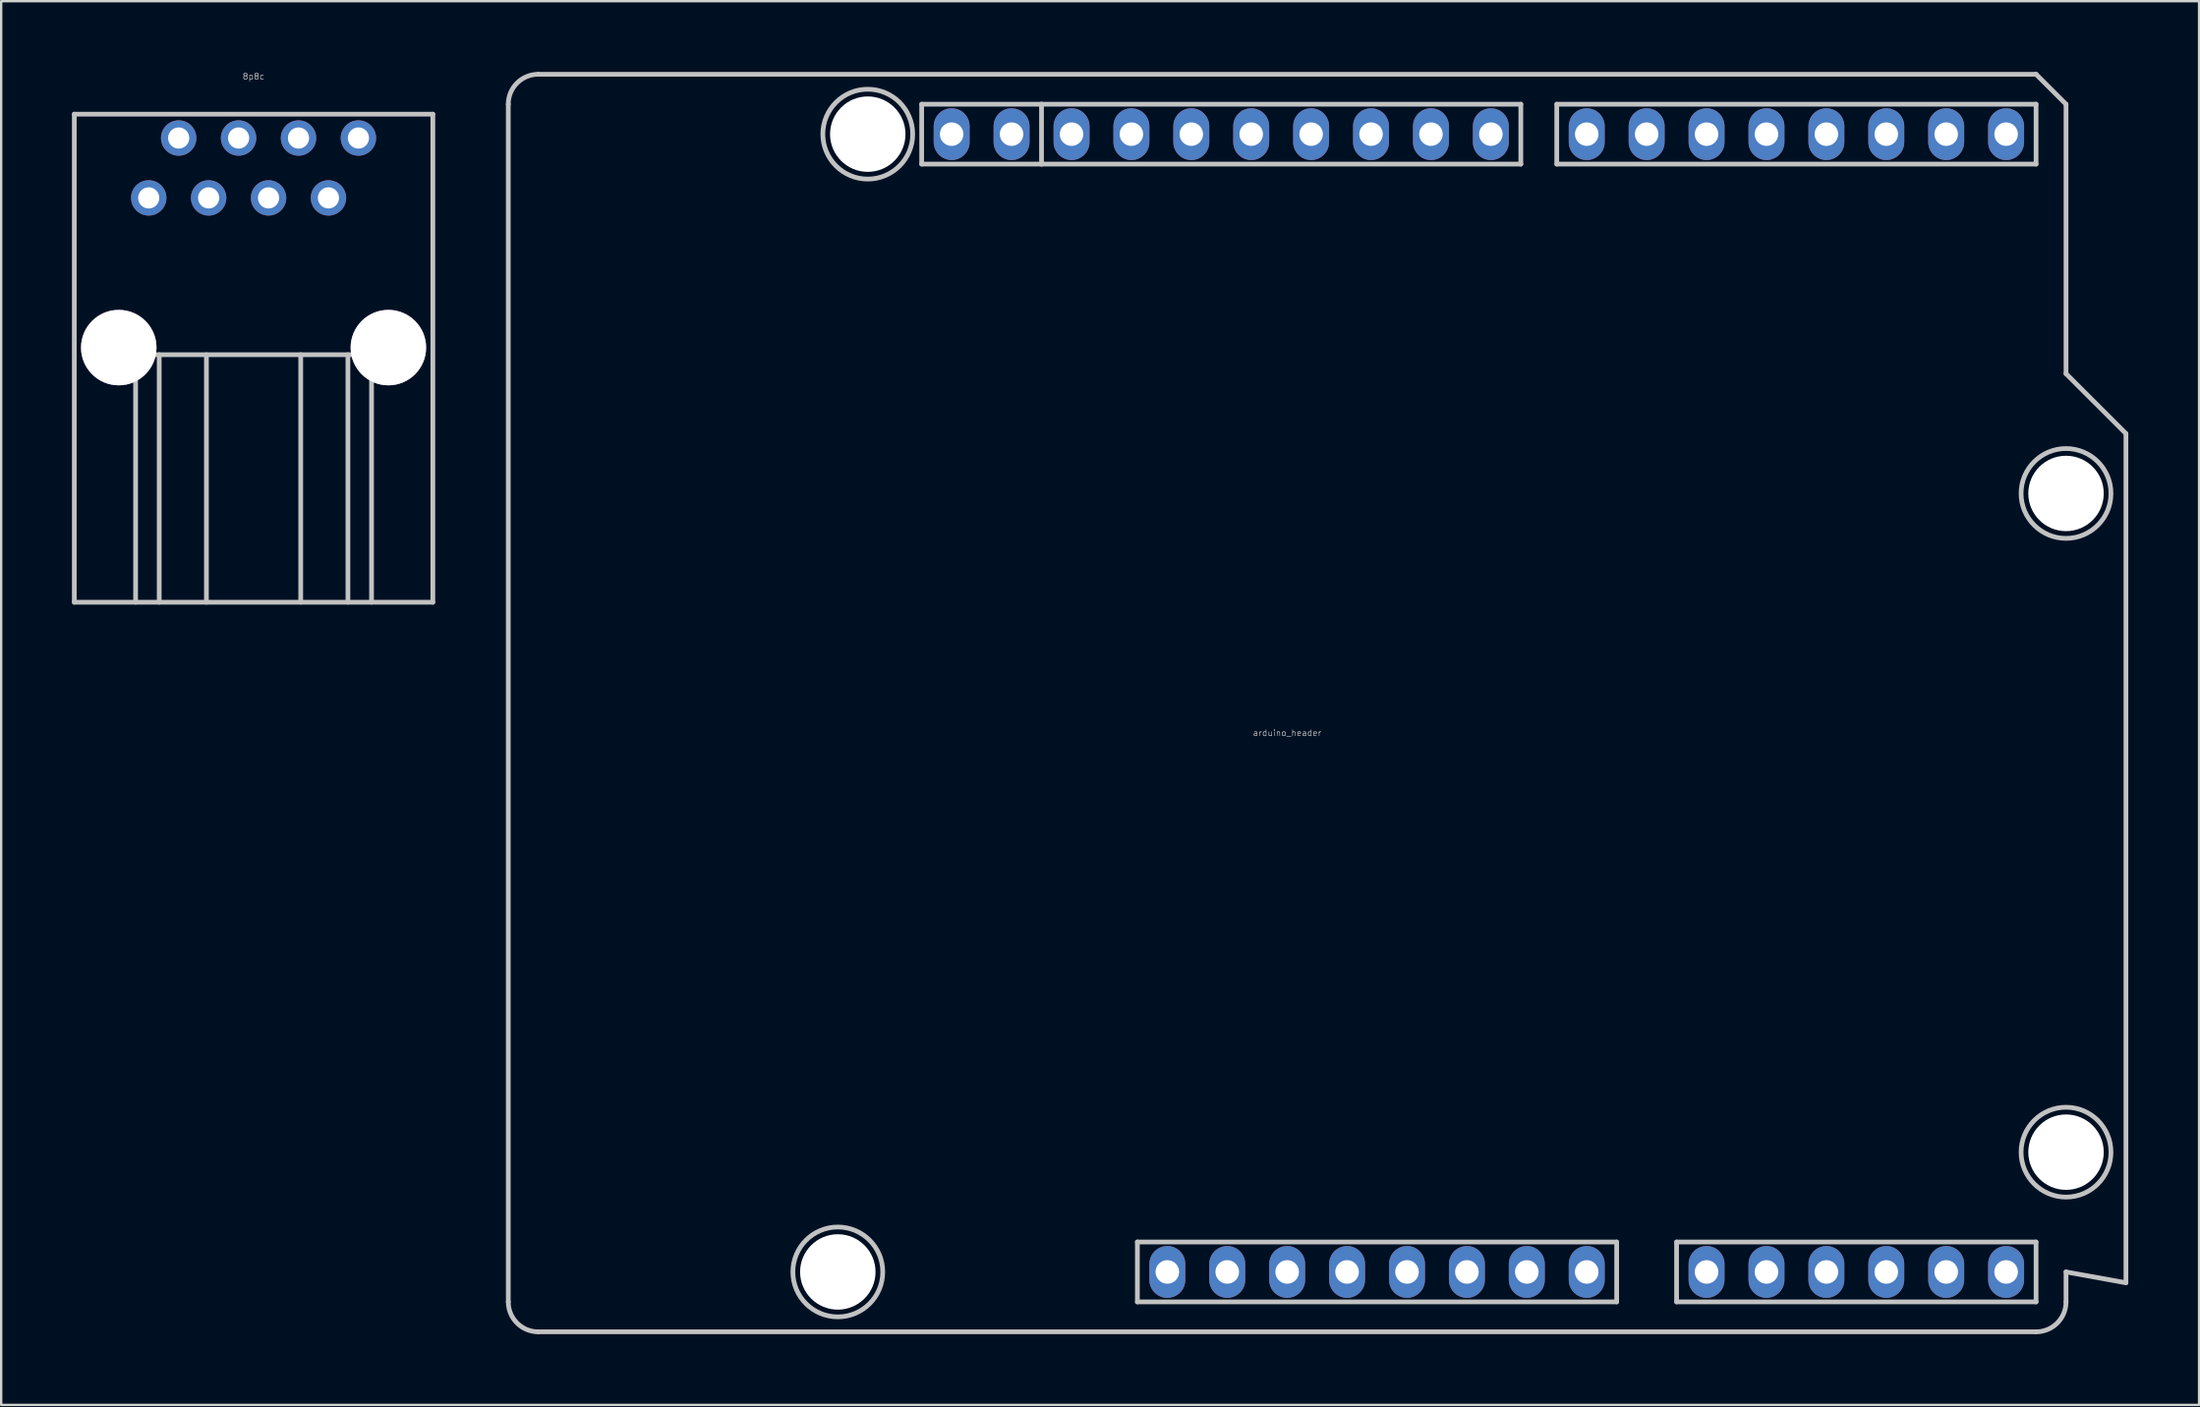
<source format=kicad_pcb>
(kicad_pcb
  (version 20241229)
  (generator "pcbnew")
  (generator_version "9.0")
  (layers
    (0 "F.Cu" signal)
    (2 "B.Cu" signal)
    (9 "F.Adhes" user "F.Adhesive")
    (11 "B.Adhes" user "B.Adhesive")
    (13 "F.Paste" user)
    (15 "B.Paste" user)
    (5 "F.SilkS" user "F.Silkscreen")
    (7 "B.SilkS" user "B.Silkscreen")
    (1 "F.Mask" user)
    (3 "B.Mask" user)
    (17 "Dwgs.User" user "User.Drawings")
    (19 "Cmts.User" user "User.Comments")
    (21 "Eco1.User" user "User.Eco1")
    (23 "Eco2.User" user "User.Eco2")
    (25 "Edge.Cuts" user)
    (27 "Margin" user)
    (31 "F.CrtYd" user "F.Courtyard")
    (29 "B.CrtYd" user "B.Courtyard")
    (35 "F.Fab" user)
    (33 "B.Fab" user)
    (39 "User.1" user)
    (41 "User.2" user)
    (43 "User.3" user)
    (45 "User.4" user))
  (footprint "8p8c"
    (layer "F.Cu")
    (at 7.7 11.694)
    (property "Reference" "8p8c" (at 0 -11.501 0) (layer "Dwgs.User") (effects (font (size 0.254 0.254) (thickness 0.025))))
    (attr through_hole)
    (fp_line (start -7.6 -9.901) (end 7.6 -9.901) (stroke (width 0.2) (type solid)) (layer "Dwgs.User"))
    (fp_line (start -7.6 10.8) (end -7.6 -9.901) (stroke (width 0.2) (type solid)) (layer "Dwgs.User"))
    (fp_line (start -7.6 10.8) (end 7.6 10.8) (stroke (width 0.2) (type solid)) (layer "Dwgs.User"))
    (fp_line (start -5.001 0.3) (end -5.001 10.8) (stroke (width 0.2) (type solid)) (layer "Dwgs.User"))
    (fp_line (start -5.001 0.3) (end 5.001 0.3) (stroke (width 0.2) (type solid)) (layer "Dwgs.User"))
    (fp_line (start -4 10.8) (end -4 0.3) (stroke (width 0.2) (type solid)) (layer "Dwgs.User"))
    (fp_line (start -1.999 10.8) (end -1.999 0.3) (stroke (width 0.2) (type solid)) (layer "Dwgs.User"))
    (fp_line (start 1.999 10.8) (end 1.999 0.3) (stroke (width 0.2) (type solid)) (layer "Dwgs.User"))
    (fp_line (start 4 0.3) (end 4 10.8) (stroke (width 0.2) (type solid)) (layer "Dwgs.User"))
    (fp_line (start 5.001 0.3) (end 5.001 10.8) (stroke (width 0.2) (type solid)) (layer "Dwgs.User"))
    (fp_line (start 7.6 -9.901) (end 7.6 10.8) (stroke (width 0.2) (type solid)) (layer "Dwgs.User"))
    (pad "" thru_hole circle (at -5.715 0) (size 3.2 3.2) (drill 3.2) (layers "*.Cu" "*.Mask"))
    (pad "" thru_hole circle (at 5.715 0) (size 3.2 3.2) (drill 3.2) (layers "*.Cu" "*.Mask"))
    (pad "1" thru_hole circle (at 4.445 -8.89) (size 1.501 1.501) (drill 0.899) (layers "*.Cu" "*.Mask"))
    (pad "2" thru_hole circle (at 3.175 -6.35) (size 1.501 1.501) (drill 0.899) (layers "*.Cu" "*.Mask"))
    (pad "3" thru_hole circle (at 1.905 -8.89) (size 1.501 1.501) (drill 0.899) (layers "*.Cu" "*.Mask"))
    (pad "4" thru_hole circle (at 0.635 -6.35) (size 1.501 1.501) (drill 0.899) (layers "*.Cu" "*.Mask"))
    (pad "5" thru_hole circle (at -0.635 -8.89) (size 1.501 1.501) (drill 0.899) (layers "*.Cu" "*.Mask"))
    (pad "6" thru_hole circle (at -1.905 -6.35) (size 1.501 1.501) (drill 0.899) (layers "*.Cu" "*.Mask"))
    (pad "7" thru_hole circle (at -3.175 -8.89) (size 1.501 1.501) (drill 0.899) (layers "*.Cu" "*.Mask"))
    (pad "8" thru_hole circle (at -4.445 -6.35) (size 1.501 1.501) (drill 0.899) (layers "*.Cu" "*.Mask")))
  (footprint "arduino_header"
    (layer "F.Cu")
    (at 51.519 26.77)
    (property "Reference" "arduino_header" (at 0 1.27 0) (layer "Dwgs.User") (effects (font (size 0.254 0.254) (thickness 0.025))))
    (attr through_hole)
    (fp_line (start -33.02 25.4) (end -33.02 -25.4) (stroke (width 0.2) (type solid)) (layer "Dwgs.User"))
    (fp_line (start -31.75 26.67) (end 31.75 26.67) (stroke (width 0.2) (type solid)) (layer "Dwgs.User"))
    (fp_line (start -15.494 -25.4) (end -15.494 -22.86) (stroke (width 0.2) (type solid)) (layer "Dwgs.User"))
    (fp_line (start -15.494 -22.86) (end -10.414 -22.86) (stroke (width 0.2) (type solid)) (layer "Dwgs.User"))
    (fp_line (start -10.414 -25.4) (end -15.494 -25.4) (stroke (width 0.2) (type solid)) (layer "Dwgs.User"))
    (fp_line (start -10.414 -22.86) (end -10.414 -25.4) (stroke (width 0.2) (type solid)) (layer "Dwgs.User"))
    (fp_line (start -6.35 25.4) (end -6.35 22.86) (stroke (width 0.2) (type solid)) (layer "Dwgs.User"))
    (fp_line (start -6.35 25.4) (end 13.97 25.4) (stroke (width 0.2) (type solid)) (layer "Dwgs.User"))
    (fp_line (start 9.906 -25.4) (end -10.414 -25.4) (stroke (width 0.2) (type solid)) (layer "Dwgs.User"))
    (fp_line (start 9.906 -22.86) (end -10.414 -22.86) (stroke (width 0.2) (type solid)) (layer "Dwgs.User"))
    (fp_line (start 9.906 -22.86) (end 9.906 -25.4) (stroke (width 0.2) (type solid)) (layer "Dwgs.User"))
    (fp_line (start 11.43 -25.4) (end 31.75 -25.4) (stroke (width 0.2) (type solid)) (layer "Dwgs.User"))
    (fp_line (start 11.43 -22.86) (end 11.43 -25.4) (stroke (width 0.2) (type solid)) (layer "Dwgs.User"))
    (fp_line (start 13.97 22.86) (end -6.35 22.86) (stroke (width 0.2) (type solid)) (layer "Dwgs.User"))
    (fp_line (start 13.97 22.86) (end 13.97 25.4) (stroke (width 0.2) (type solid)) (layer "Dwgs.User"))
    (fp_line (start 16.51 22.86) (end 16.51 25.4) (stroke (width 0.2) (type solid)) (layer "Dwgs.User"))
    (fp_line (start 16.51 22.86) (end 31.75 22.86) (stroke (width 0.2) (type solid)) (layer "Dwgs.User"))
    (fp_line (start 31.75 -26.67) (end -31.75 -26.67) (stroke (width 0.2) (type solid)) (layer "Dwgs.User"))
    (fp_line (start 31.75 -26.67) (end 33.02 -25.4) (stroke (width 0.2) (type solid)) (layer "Dwgs.User"))
    (fp_line (start 31.75 -25.4) (end 31.75 -22.86) (stroke (width 0.2) (type solid)) (layer "Dwgs.User"))
    (fp_line (start 31.75 -22.86) (end 11.43 -22.86) (stroke (width 0.2) (type solid)) (layer "Dwgs.User"))
    (fp_line (start 31.75 25.4) (end 16.51 25.4) (stroke (width 0.2) (type solid)) (layer "Dwgs.User"))
    (fp_line (start 31.75 25.4) (end 31.75 22.86) (stroke (width 0.2) (type solid)) (layer "Dwgs.User"))
    (fp_line (start 33.02 -25.4) (end 33.02 -13.97) (stroke (width 0.2) (type solid)) (layer "Dwgs.User"))
    (fp_line (start 33.02 -13.97) (end 35.56 -11.43) (stroke (width 0.2) (type solid)) (layer "Dwgs.User"))
    (fp_line (start 33.02 24.13) (end 33.02 25.4) (stroke (width 0.2) (type solid)) (layer "Dwgs.User"))
    (fp_line (start 35.56 24.59) (end 33.02 24.13) (stroke (width 0.2) (type solid)) (layer "Dwgs.User"))
    (fp_line (start 35.56 24.59) (end 35.56 -11.43) (stroke (width 0.2) (type solid)) (layer "Dwgs.User"))
    (fp_arc (start -33.02 -25.4) (mid -32.648026 -26.298026) (end -31.75 -26.67) (stroke (width 0.2) (type solid)) (layer "Dwgs.User"))
    (fp_arc (start -31.75 26.67) (mid -32.648026 26.298026) (end -33.02 25.4) (stroke (width 0.2) (type solid)) (layer "Dwgs.User"))
    (fp_arc (start 33.02 25.4) (mid 32.648026 26.298026) (end 31.75 26.67) (stroke (width 0.2) (type solid)) (layer "Dwgs.User"))
    (fp_circle (center -19.05 24.13) (end -17.145 24.13) (stroke (width 0.2) (type solid)) (fill no) (layer "Dwgs.User"))
    (fp_circle (center -17.78 -24.13) (end -15.875 -24.13) (stroke (width 0.2) (type solid)) (fill no) (layer "Dwgs.User"))
    (fp_circle (center 33.02 -8.89) (end 34.925 -8.89) (stroke (width 0.2) (type solid)) (fill no) (layer "Dwgs.User"))
    (fp_circle (center 33.02 19.05) (end 34.925 19.05) (stroke (width 0.2) (type solid)) (fill no) (layer "Dwgs.User"))
    (pad "" np_thru_hole circle (at -19.05 24.13) (size 3.198 3.198) (drill 3.198) (layers "*.Cu" "*.Mask"))
    (pad "" np_thru_hole circle (at -17.78 -24.13) (size 3.198 3.198) (drill 3.198) (layers "*.Cu" "*.Mask"))
    (pad "" np_thru_hole circle (at 33.02 -8.89) (size 3.198 3.198) (drill 3.198) (layers "*.Cu" "*.Mask"))
    (pad "" np_thru_hole circle (at 33.02 19.05) (size 3.198 3.198) (drill 3.198) (layers "*.Cu" "*.Mask"))
    (pad "1" thru_hole oval (at -5.08 24.13) (size 1.524 2.2) (drill 1.001) (layers "*.Cu" "*.Mask"))
    (pad "2" thru_hole oval (at -2.54 24.13) (size 1.524 2.2) (drill 1.001) (layers "*.Cu" "*.Mask"))
    (pad "3" thru_hole oval (at 0 24.13) (size 1.524 2.2) (drill 1.001) (layers "*.Cu" "*.Mask"))
    (pad "4" thru_hole oval (at 2.54 24.13) (size 1.524 2.2) (drill 1.001) (layers "*.Cu" "*.Mask"))
    (pad "5" thru_hole oval (at 5.08 24.13) (size 1.524 2.2) (drill 1.001) (layers "*.Cu" "*.Mask"))
    (pad "6" thru_hole oval (at 7.62 24.13) (size 1.524 2.2) (drill 1.001) (layers "*.Cu" "*.Mask"))
    (pad "7" thru_hole oval (at 10.16 24.13) (size 1.524 2.2) (drill 1.001) (layers "*.Cu" "*.Mask"))
    (pad "8" thru_hole oval (at 12.7 24.13) (size 1.524 2.2) (drill 1.001) (layers "*.Cu" "*.Mask"))
    (pad "9" thru_hole oval (at 17.78 24.13) (size 1.524 2.2) (drill 1.001) (layers "*.Cu" "*.Mask"))
    (pad "10" thru_hole oval (at 20.32 24.13) (size 1.524 2.2) (drill 1.001) (layers "*.Cu" "*.Mask"))
    (pad "11" thru_hole oval (at 22.86 24.13) (size 1.524 2.2) (drill 1.001) (layers "*.Cu" "*.Mask"))
    (pad "12" thru_hole oval (at 25.4 24.13) (size 1.524 2.2) (drill 1.001) (layers "*.Cu" "*.Mask"))
    (pad "13" thru_hole oval (at 27.94 24.13) (size 1.524 2.2) (drill 1.001) (layers "*.Cu" "*.Mask"))
    (pad "14" thru_hole oval (at 30.48 24.13) (size 1.524 2.2) (drill 1.001) (layers "*.Cu" "*.Mask"))
    (pad "15" thru_hole oval (at 30.48 -24.13) (size 1.524 2.197) (drill 0.998) (layers "*.Cu" "*.Mask"))
    (pad "16" thru_hole oval (at 27.94 -24.13) (size 1.524 2.197) (drill 0.998) (layers "*.Cu" "*.Mask"))
    (pad "17" thru_hole oval (at 25.4 -24.13) (size 1.524 2.197) (drill 0.998) (layers "*.Cu" "*.Mask"))
    (pad "18" thru_hole oval (at 22.86 -24.13) (size 1.524 2.197) (drill 0.998) (layers "*.Cu" "*.Mask"))
    (pad "19" thru_hole oval (at 20.32 -24.13) (size 1.524 2.197) (drill 0.998) (layers "*.Cu" "*.Mask"))
    (pad "20" thru_hole oval (at 17.78 -24.13) (size 1.524 2.197) (drill 0.998) (layers "*.Cu" "*.Mask"))
    (pad "21" thru_hole oval (at 15.24 -24.13) (size 1.524 2.197) (drill 0.998) (layers "*.Cu" "*.Mask"))
    (pad "22" thru_hole oval (at 12.7 -24.13) (size 1.524 2.197) (drill 0.998) (layers "*.Cu" "*.Mask"))
    (pad "23" thru_hole oval (at 8.636 -24.13) (size 1.524 2.197) (drill 0.998) (layers "*.Cu" "*.Mask"))
    (pad "24" thru_hole oval (at 6.096 -24.13) (size 1.524 2.197) (drill 0.998) (layers "*.Cu" "*.Mask"))
    (pad "25" thru_hole oval (at 3.556 -24.13) (size 1.524 2.197) (drill 0.998) (layers "*.Cu" "*.Mask"))
    (pad "26" thru_hole oval (at 1.016 -24.13) (size 1.524 2.197) (drill 0.998) (layers "*.Cu" "*.Mask"))
    (pad "27" thru_hole oval (at -1.524 -24.13) (size 1.524 2.197) (drill 0.998) (layers "*.Cu" "*.Mask"))
    (pad "28" thru_hole oval (at -4.064 -24.13) (size 1.524 2.197) (drill 0.998) (layers "*.Cu" "*.Mask"))
    (pad "29" thru_hole oval (at -6.604 -24.13) (size 1.524 2.197) (drill 0.998) (layers "*.Cu" "*.Mask"))
    (pad "30" thru_hole oval (at -9.141 -24.13) (size 1.524 2.197) (drill 0.998) (layers "*.Cu" "*.Mask"))
    (pad "31" thru_hole oval (at -11.684 -24.13) (size 1.524 2.197) (drill 0.998) (layers "*.Cu" "*.Mask"))
    (pad "32" thru_hole oval (at -14.224 -24.13) (size 1.524 2.197) (drill 0.998) (layers "*.Cu" "*.Mask")))
  (gr_rect
    (start -3 -3)
    (end 90.179 56.54)
    (stroke (width 0.1) (type default))
    (fill no)
    (layer "Edge.Cuts")))
</source>
